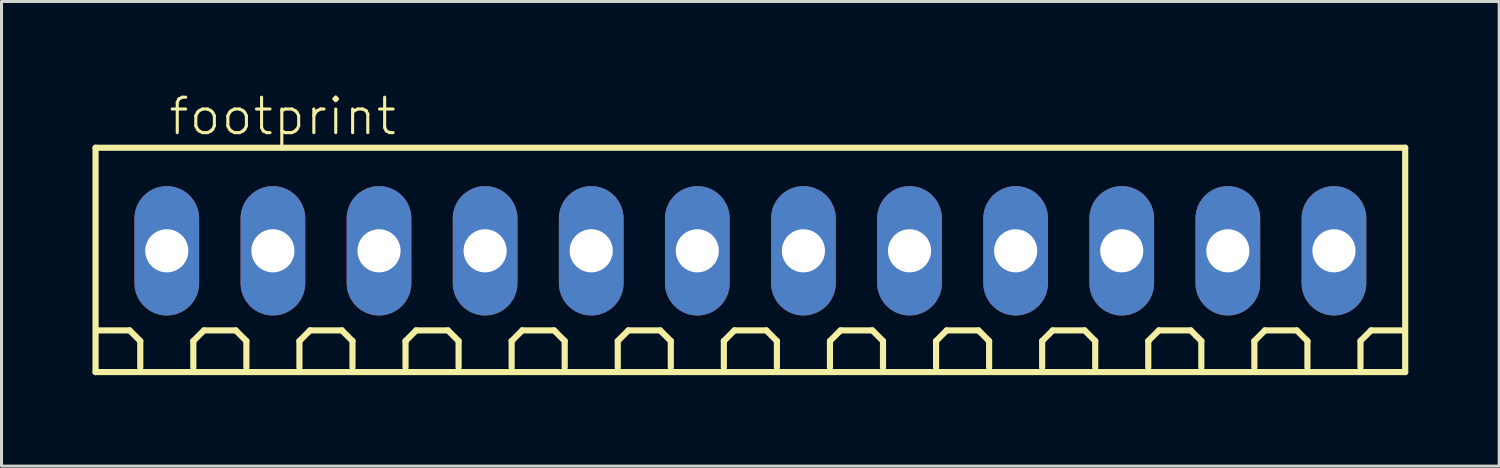
<source format=kicad_pcb>
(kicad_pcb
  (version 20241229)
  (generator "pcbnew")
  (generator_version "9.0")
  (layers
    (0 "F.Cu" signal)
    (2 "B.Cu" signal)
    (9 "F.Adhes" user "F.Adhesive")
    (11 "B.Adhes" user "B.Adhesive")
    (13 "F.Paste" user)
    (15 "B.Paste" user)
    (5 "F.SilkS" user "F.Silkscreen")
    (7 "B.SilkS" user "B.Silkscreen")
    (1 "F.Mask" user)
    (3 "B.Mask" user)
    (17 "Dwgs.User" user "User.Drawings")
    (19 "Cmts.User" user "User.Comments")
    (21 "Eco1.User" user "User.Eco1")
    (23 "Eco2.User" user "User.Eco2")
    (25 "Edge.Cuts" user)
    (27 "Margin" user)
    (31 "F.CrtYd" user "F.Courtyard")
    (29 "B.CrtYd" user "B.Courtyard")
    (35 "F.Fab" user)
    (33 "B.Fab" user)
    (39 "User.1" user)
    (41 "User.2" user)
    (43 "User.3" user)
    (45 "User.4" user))
  (footprint "footprint"
    (layer "F.Cu")
    (at 21.702 5.223)
    (property "Reference" "footprint" (at -19.25 -3.75 0) (layer "F.SilkS") (effects (font (size 1.168 1.168) (thickness 0.102)) (justify left bottom)))
    (fp_line (start -21.6 -3.4) (end 21.6 -3.4) (stroke (width 0.203) (type solid)) (layer "F.SilkS"))
    (fp_line (start -21.6 4) (end -21.6 -3.4) (stroke (width 0.203) (type solid)) (layer "F.SilkS"))
    (fp_line (start -20.475 2.625) (end -21.525 2.625) (stroke (width 0.203) (type solid)) (layer "F.SilkS"))
    (fp_line (start -20.125 2.975) (end -20.475 2.625) (stroke (width 0.203) (type solid)) (layer "F.SilkS"))
    (fp_line (start -20.125 3.85) (end -20.125 2.975) (stroke (width 0.203) (type solid)) (layer "F.SilkS"))
    (fp_line (start -18.375 2.975) (end -18.025 2.625) (stroke (width 0.203) (type solid)) (layer "F.SilkS"))
    (fp_line (start -18.375 3.85) (end -18.375 2.975) (stroke (width 0.203) (type solid)) (layer "F.SilkS"))
    (fp_line (start -18.025 2.625) (end -16.975 2.625) (stroke (width 0.203) (type solid)) (layer "F.SilkS"))
    (fp_line (start -16.975 2.625) (end -16.625 2.975) (stroke (width 0.203) (type solid)) (layer "F.SilkS"))
    (fp_line (start -16.625 2.975) (end -16.625 3.85) (stroke (width 0.203) (type solid)) (layer "F.SilkS"))
    (fp_line (start -14.875 2.975) (end -14.525 2.625) (stroke (width 0.203) (type solid)) (layer "F.SilkS"))
    (fp_line (start -14.875 3.85) (end -14.875 2.975) (stroke (width 0.203) (type solid)) (layer "F.SilkS"))
    (fp_line (start -14.525 2.625) (end -13.475 2.625) (stroke (width 0.203) (type solid)) (layer "F.SilkS"))
    (fp_line (start -13.475 2.625) (end -13.125 2.975) (stroke (width 0.203) (type solid)) (layer "F.SilkS"))
    (fp_line (start -13.125 2.975) (end -13.125 3.85) (stroke (width 0.203) (type solid)) (layer "F.SilkS"))
    (fp_line (start -11.375 2.975) (end -11.025 2.625) (stroke (width 0.203) (type solid)) (layer "F.SilkS"))
    (fp_line (start -11.375 3.85) (end -11.375 2.975) (stroke (width 0.203) (type solid)) (layer "F.SilkS"))
    (fp_line (start -11.025 2.625) (end -9.975 2.625) (stroke (width 0.203) (type solid)) (layer "F.SilkS"))
    (fp_line (start -9.975 2.625) (end -9.625 2.975) (stroke (width 0.203) (type solid)) (layer "F.SilkS"))
    (fp_line (start -9.625 2.975) (end -9.625 3.85) (stroke (width 0.203) (type solid)) (layer "F.SilkS"))
    (fp_line (start -7.875 2.975) (end -7.525 2.625) (stroke (width 0.203) (type solid)) (layer "F.SilkS"))
    (fp_line (start -7.875 3.85) (end -7.875 2.975) (stroke (width 0.203) (type solid)) (layer "F.SilkS"))
    (fp_line (start -7.525 2.625) (end -6.475 2.625) (stroke (width 0.203) (type solid)) (layer "F.SilkS"))
    (fp_line (start -6.475 2.625) (end -6.125 2.975) (stroke (width 0.203) (type solid)) (layer "F.SilkS"))
    (fp_line (start -6.125 2.975) (end -6.125 3.85) (stroke (width 0.203) (type solid)) (layer "F.SilkS"))
    (fp_line (start -4.375 2.975) (end -4.025 2.625) (stroke (width 0.203) (type solid)) (layer "F.SilkS"))
    (fp_line (start -4.375 3.85) (end -4.375 2.975) (stroke (width 0.203) (type solid)) (layer "F.SilkS"))
    (fp_line (start -4.025 2.625) (end -2.975 2.625) (stroke (width 0.203) (type solid)) (layer "F.SilkS"))
    (fp_line (start -2.975 2.625) (end -2.625 2.975) (stroke (width 0.203) (type solid)) (layer "F.SilkS"))
    (fp_line (start -2.625 2.975) (end -2.625 3.85) (stroke (width 0.203) (type solid)) (layer "F.SilkS"))
    (fp_line (start -0.875 2.975) (end -0.525 2.625) (stroke (width 0.203) (type solid)) (layer "F.SilkS"))
    (fp_line (start -0.875 3.85) (end -0.875 2.975) (stroke (width 0.203) (type solid)) (layer "F.SilkS"))
    (fp_line (start -0.525 2.625) (end 0.525 2.625) (stroke (width 0.203) (type solid)) (layer "F.SilkS"))
    (fp_line (start 0.525 2.625) (end 0.875 2.975) (stroke (width 0.203) (type solid)) (layer "F.SilkS"))
    (fp_line (start 0.875 2.975) (end 0.875 3.85) (stroke (width 0.203) (type solid)) (layer "F.SilkS"))
    (fp_line (start 2.625 2.975) (end 2.975 2.625) (stroke (width 0.203) (type solid)) (layer "F.SilkS"))
    (fp_line (start 2.625 3.85) (end 2.625 2.975) (stroke (width 0.203) (type solid)) (layer "F.SilkS"))
    (fp_line (start 2.975 2.625) (end 4.025 2.625) (stroke (width 0.203) (type solid)) (layer "F.SilkS"))
    (fp_line (start 4.025 2.625) (end 4.375 2.975) (stroke (width 0.203) (type solid)) (layer "F.SilkS"))
    (fp_line (start 4.375 2.975) (end 4.375 3.85) (stroke (width 0.203) (type solid)) (layer "F.SilkS"))
    (fp_line (start 6.125 2.975) (end 6.475 2.625) (stroke (width 0.203) (type solid)) (layer "F.SilkS"))
    (fp_line (start 6.125 3.85) (end 6.125 2.975) (stroke (width 0.203) (type solid)) (layer "F.SilkS"))
    (fp_line (start 6.475 2.625) (end 7.525 2.625) (stroke (width 0.203) (type solid)) (layer "F.SilkS"))
    (fp_line (start 7.525 2.625) (end 7.875 2.975) (stroke (width 0.203) (type solid)) (layer "F.SilkS"))
    (fp_line (start 7.875 2.975) (end 7.875 3.85) (stroke (width 0.203) (type solid)) (layer "F.SilkS"))
    (fp_line (start 9.625 2.975) (end 9.975 2.625) (stroke (width 0.203) (type solid)) (layer "F.SilkS"))
    (fp_line (start 9.625 3.85) (end 9.625 2.975) (stroke (width 0.203) (type solid)) (layer "F.SilkS"))
    (fp_line (start 9.975 2.625) (end 11.025 2.625) (stroke (width 0.203) (type solid)) (layer "F.SilkS"))
    (fp_line (start 11.025 2.625) (end 11.375 2.975) (stroke (width 0.203) (type solid)) (layer "F.SilkS"))
    (fp_line (start 11.375 2.975) (end 11.375 3.85) (stroke (width 0.203) (type solid)) (layer "F.SilkS"))
    (fp_line (start 13.125 2.975) (end 13.475 2.625) (stroke (width 0.203) (type solid)) (layer "F.SilkS"))
    (fp_line (start 13.125 3.85) (end 13.125 2.975) (stroke (width 0.203) (type solid)) (layer "F.SilkS"))
    (fp_line (start 13.475 2.625) (end 14.525 2.625) (stroke (width 0.203) (type solid)) (layer "F.SilkS"))
    (fp_line (start 14.525 2.625) (end 14.875 2.975) (stroke (width 0.203) (type solid)) (layer "F.SilkS"))
    (fp_line (start 14.875 2.975) (end 14.875 3.85) (stroke (width 0.203) (type solid)) (layer "F.SilkS"))
    (fp_line (start 16.625 2.975) (end 16.975 2.625) (stroke (width 0.203) (type solid)) (layer "F.SilkS"))
    (fp_line (start 16.625 3.85) (end 16.625 2.975) (stroke (width 0.203) (type solid)) (layer "F.SilkS"))
    (fp_line (start 16.975 2.625) (end 18.025 2.625) (stroke (width 0.203) (type solid)) (layer "F.SilkS"))
    (fp_line (start 18.025 2.625) (end 18.375 2.975) (stroke (width 0.203) (type solid)) (layer "F.SilkS"))
    (fp_line (start 18.375 2.975) (end 18.375 3.85) (stroke (width 0.203) (type solid)) (layer "F.SilkS"))
    (fp_line (start 20.125 2.975) (end 20.475 2.625) (stroke (width 0.203) (type solid)) (layer "F.SilkS"))
    (fp_line (start 20.125 3.85) (end 20.125 2.975) (stroke (width 0.203) (type solid)) (layer "F.SilkS"))
    (fp_line (start 21.525 2.625) (end 20.475 2.625) (stroke (width 0.203) (type solid)) (layer "F.SilkS"))
    (fp_line (start 21.6 -3.4) (end 21.6 4) (stroke (width 0.203) (type solid)) (layer "F.SilkS"))
    (fp_line (start 21.6 4) (end -21.6 4) (stroke (width 0.203) (type solid)) (layer "F.SilkS"))
    (pad "1" thru_hole oval (at -19.25 0 90) (size 4.267 2.134) (drill 1.422) (layers "*.Cu" "*.Mask"))
    (pad "2" thru_hole oval (at -15.75 0 90) (size 4.267 2.134) (drill 1.422) (layers "*.Cu" "*.Mask"))
    (pad "3" thru_hole oval (at -12.25 0 90) (size 4.267 2.134) (drill 1.422) (layers "*.Cu" "*.Mask"))
    (pad "4" thru_hole oval (at -8.75 0 90) (size 4.267 2.134) (drill 1.422) (layers "*.Cu" "*.Mask"))
    (pad "5" thru_hole oval (at -5.25 0 90) (size 4.267 2.134) (drill 1.422) (layers "*.Cu" "*.Mask"))
    (pad "6" thru_hole oval (at -1.75 0 90) (size 4.267 2.134) (drill 1.422) (layers "*.Cu" "*.Mask"))
    (pad "7" thru_hole oval (at 1.75 0 90) (size 4.267 2.134) (drill 1.422) (layers "*.Cu" "*.Mask"))
    (pad "8" thru_hole oval (at 5.25 0 90) (size 4.267 2.134) (drill 1.422) (layers "*.Cu" "*.Mask"))
    (pad "9" thru_hole oval (at 8.75 0 90) (size 4.267 2.134) (drill 1.422) (layers "*.Cu" "*.Mask"))
    (pad "10" thru_hole oval (at 12.25 0 90) (size 4.267 2.134) (drill 1.422) (layers "*.Cu" "*.Mask"))
    (pad "11" thru_hole oval (at 15.75 0 90) (size 4.267 2.134) (drill 1.422) (layers "*.Cu" "*.Mask"))
    (pad "12" thru_hole oval (at 19.25 0 90) (size 4.267 2.134) (drill 1.422) (layers "*.Cu" "*.Mask")))
  (gr_rect
    (start -3 -3)
    (end 46.403 12.325)
    (stroke (width 0.1) (type default))
    (fill no)
    (layer "Edge.Cuts")))
</source>
